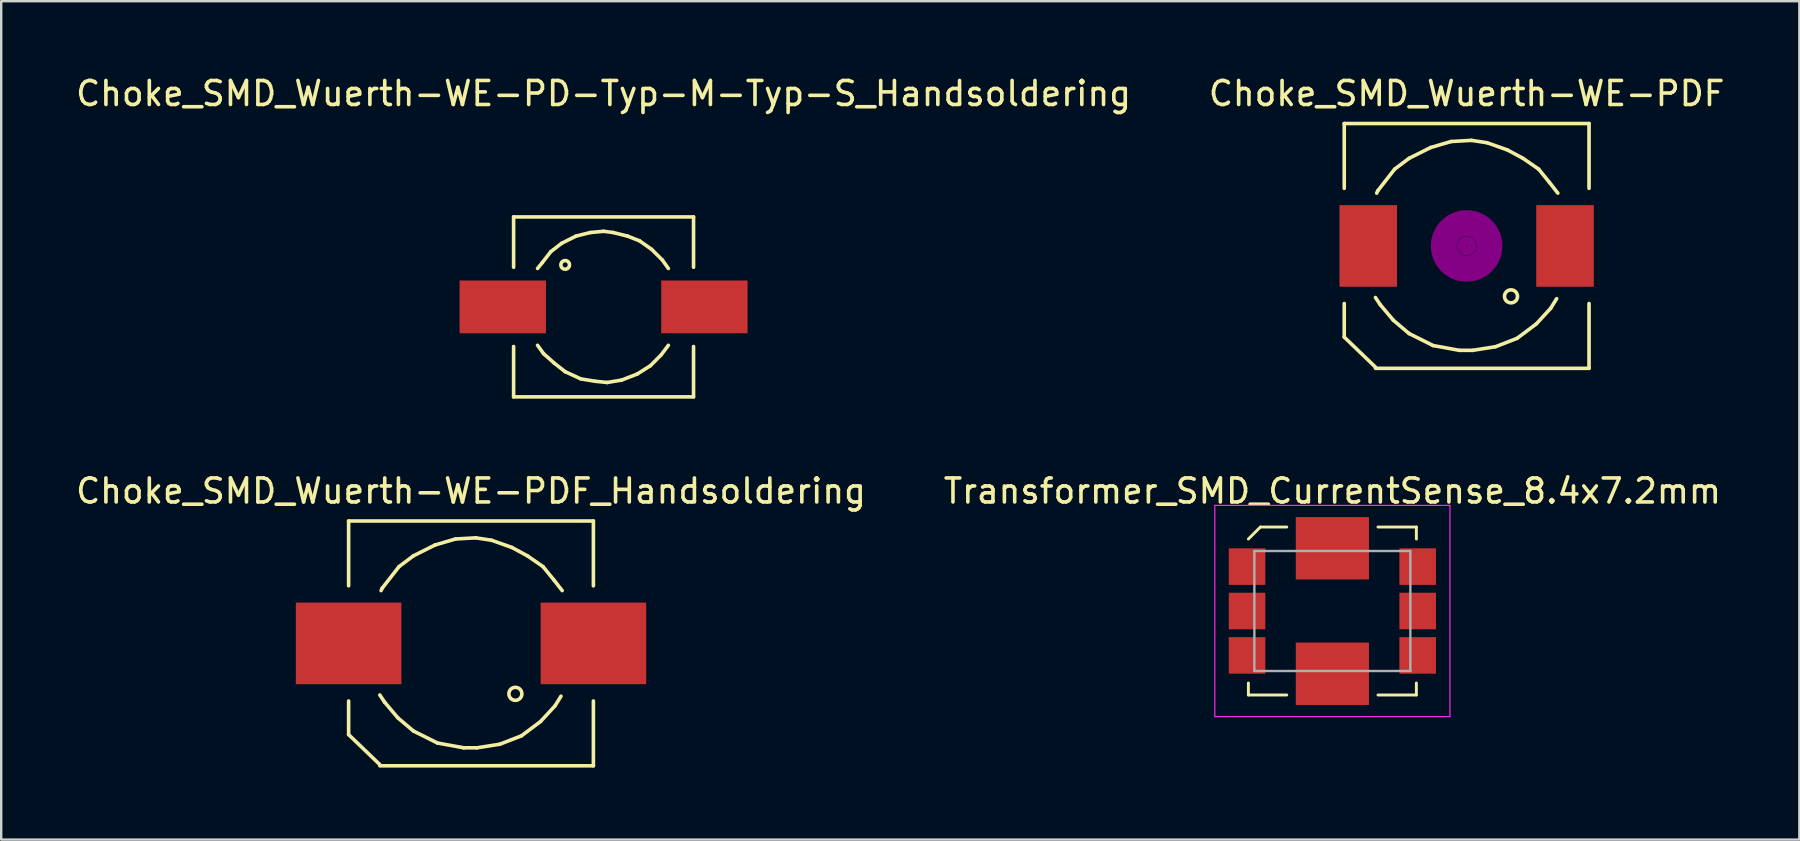
<source format=kicad_pcb>
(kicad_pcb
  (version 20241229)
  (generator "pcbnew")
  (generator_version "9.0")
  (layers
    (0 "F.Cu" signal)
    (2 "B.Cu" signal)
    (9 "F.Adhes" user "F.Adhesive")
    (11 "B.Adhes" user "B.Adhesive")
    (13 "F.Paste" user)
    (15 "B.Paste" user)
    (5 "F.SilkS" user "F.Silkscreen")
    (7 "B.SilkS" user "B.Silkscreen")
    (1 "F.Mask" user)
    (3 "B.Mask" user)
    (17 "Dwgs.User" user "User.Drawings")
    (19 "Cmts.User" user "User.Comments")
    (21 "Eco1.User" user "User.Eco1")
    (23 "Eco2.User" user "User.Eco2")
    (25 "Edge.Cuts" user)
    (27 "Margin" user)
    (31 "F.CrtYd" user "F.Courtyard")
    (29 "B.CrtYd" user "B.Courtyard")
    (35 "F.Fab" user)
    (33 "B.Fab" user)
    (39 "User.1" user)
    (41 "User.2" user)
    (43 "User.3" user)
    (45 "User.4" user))
  (footprint "Choke_SMD_Wuerth-WE-PD-Typ-M-Typ-S_Handsoldering"
    (layer "F.Cu")
    (at 22.101 9.738)
    (property "Reference" "Choke_SMD_Wuerth-WE-PD-Typ-M-Typ-S_Handsoldering" (at 0 -8.89 0) (layer "F.SilkS") (effects (font (size 1 1) (thickness 0.15))))
    (attr smd)
    (fp_line (start -3.749 -3.749) (end -3.749 -1.651) (stroke (width 0.15) (type solid)) (layer "F.SilkS"))
    (fp_line (start -3.749 1.651) (end -3.749 3.749) (stroke (width 0.15) (type solid)) (layer "F.SilkS"))
    (fp_line (start -3.749 3.749) (end 3.749 3.749) (stroke (width 0.15) (type solid)) (layer "F.SilkS"))
    (fp_line (start -2.751 1.6) (end -2.499 1.951) (stroke (width 0.15) (type solid)) (layer "F.SilkS"))
    (fp_line (start -2.55 -1.849) (end -2.751 -1.6) (stroke (width 0.15) (type solid)) (layer "F.SilkS"))
    (fp_line (start -2.499 1.951) (end -2.05 2.349) (stroke (width 0.15) (type solid)) (layer "F.SilkS"))
    (fp_line (start -2.2 -2.301) (end -2.55 -1.849) (stroke (width 0.15) (type solid)) (layer "F.SilkS"))
    (fp_line (start -2.05 2.349) (end -1.6 2.7) (stroke (width 0.15) (type solid)) (layer "F.SilkS"))
    (fp_line (start -1.75 -2.649) (end -2.2 -2.301) (stroke (width 0.15) (type solid)) (layer "F.SilkS"))
    (fp_line (start -1.6 2.7) (end -0.95 3) (stroke (width 0.15) (type solid)) (layer "F.SilkS"))
    (fp_line (start -1.151 -2.949) (end -1.75 -2.649) (stroke (width 0.15) (type solid)) (layer "F.SilkS"))
    (fp_line (start -0.95 3) (end -0.351 3.099) (stroke (width 0.15) (type solid)) (layer "F.SilkS"))
    (fp_line (start -0.551 -3.099) (end -1.151 -2.949) (stroke (width 0.15) (type solid)) (layer "F.SilkS"))
    (fp_line (start -0.351 3.099) (end 0.15 3.15) (stroke (width 0.15) (type solid)) (layer "F.SilkS"))
    (fp_line (start 0 -3.15) (end -0.551 -3.099) (stroke (width 0.15) (type solid)) (layer "F.SilkS"))
    (fp_line (start 0.15 3.15) (end 0.749 3.051) (stroke (width 0.15) (type solid)) (layer "F.SilkS"))
    (fp_line (start 0.399 -3.099) (end 0 -3.15) (stroke (width 0.15) (type solid)) (layer "F.SilkS"))
    (fp_line (start 0.749 3.051) (end 1.4 2.799) (stroke (width 0.15) (type solid)) (layer "F.SilkS"))
    (fp_line (start 1.001 -2.949) (end 0.399 -3.099) (stroke (width 0.15) (type solid)) (layer "F.SilkS"))
    (fp_line (start 1.4 2.799) (end 1.951 2.451) (stroke (width 0.15) (type solid)) (layer "F.SilkS"))
    (fp_line (start 1.501 -2.751) (end 1.001 -2.949) (stroke (width 0.15) (type solid)) (layer "F.SilkS"))
    (fp_line (start 1.951 2.451) (end 2.4 1.999) (stroke (width 0.15) (type solid)) (layer "F.SilkS"))
    (fp_line (start 1.999 -2.4) (end 1.501 -2.751) (stroke (width 0.15) (type solid)) (layer "F.SilkS"))
    (fp_line (start 2.4 1.999) (end 2.7 1.6) (stroke (width 0.15) (type solid)) (layer "F.SilkS"))
    (fp_line (start 2.451 -1.951) (end 1.999 -2.4) (stroke (width 0.15) (type solid)) (layer "F.SilkS"))
    (fp_line (start 2.7 -1.6) (end 2.451 -1.951) (stroke (width 0.15) (type solid)) (layer "F.SilkS"))
    (fp_line (start 3.749 -3.749) (end -3.749 -3.749) (stroke (width 0.15) (type solid)) (layer "F.SilkS"))
    (fp_line (start 3.749 -3.749) (end 3.749 -1.651) (stroke (width 0.15) (type solid)) (layer "F.SilkS"))
    (fp_line (start 3.749 3.749) (end 3.749 1.651) (stroke (width 0.15) (type solid)) (layer "F.SilkS"))
    (fp_circle (center -1.6 -1.75) (end -1.501 -1.6) (stroke (width 0.15) (type solid)) (fill no) (layer "F.SilkS"))
    (pad "1" smd rect (at -4.201 0) (size 3.599 2.2) (layers "F.Cu" "F.Mask" "F.Paste"))
    (pad "2" smd rect (at 4.201 0) (size 3.599 2.2) (layers "F.Cu" "F.Mask" "F.Paste")))
  (footprint "Choke_SMD_Wuerth-WE-PDF_Handsoldering"
    (layer "F.Cu")
    (at 16.577 23.761)
    (property "Reference" "Choke_SMD_Wuerth-WE-PDF_Handsoldering" (at 0 -6.35 0) (layer "F.SilkS") (effects (font (size 1 1) (thickness 0.15))))
    (attr smd)
    (fp_line (start -5.1 -5.1) (end -5.1 -2.4) (stroke (width 0.15) (type solid)) (layer "F.SilkS"))
    (fp_line (start -5.1 2.4) (end -5.1 3.8) (stroke (width 0.15) (type solid)) (layer "F.SilkS"))
    (fp_line (start -5.1 3.8) (end -3.8 5.05) (stroke (width 0.15) (type solid)) (layer "F.SilkS"))
    (fp_line (start -3.8 2.149) (end -3.599 2.451) (stroke (width 0.15) (type solid)) (layer "F.SilkS"))
    (fp_line (start -3.701 -2.301) (end -3.749 -2.2) (stroke (width 0.15) (type solid)) (layer "F.SilkS"))
    (fp_line (start -3.599 2.451) (end -3.051 3.099) (stroke (width 0.15) (type solid)) (layer "F.SilkS"))
    (fp_line (start -3.051 3.099) (end -2.4 3.65) (stroke (width 0.15) (type solid)) (layer "F.SilkS"))
    (fp_line (start -3 -3.2) (end -3.701 -2.301) (stroke (width 0.15) (type solid)) (layer "F.SilkS"))
    (fp_line (start -2.4 -3.65) (end -3 -3.2) (stroke (width 0.15) (type solid)) (layer "F.SilkS"))
    (fp_line (start -2.4 3.65) (end -1.4 4.15) (stroke (width 0.15) (type solid)) (layer "F.SilkS"))
    (fp_line (start -1.501 -4.1) (end -2.4 -3.65) (stroke (width 0.15) (type solid)) (layer "F.SilkS"))
    (fp_line (start -1.4 4.15) (end -0.3 4.351) (stroke (width 0.15) (type solid)) (layer "F.SilkS"))
    (fp_line (start -0.65 -4.351) (end -1.501 -4.1) (stroke (width 0.15) (type solid)) (layer "F.SilkS"))
    (fp_line (start -0.3 4.351) (end 0.249 4.351) (stroke (width 0.15) (type solid)) (layer "F.SilkS"))
    (fp_line (start 0.201 -4.399) (end -0.65 -4.351) (stroke (width 0.15) (type solid)) (layer "F.SilkS"))
    (fp_line (start 0.249 4.351) (end 1.199 4.201) (stroke (width 0.15) (type solid)) (layer "F.SilkS"))
    (fp_line (start 0.851 -4.3) (end 0.201 -4.399) (stroke (width 0.15) (type solid)) (layer "F.SilkS"))
    (fp_line (start 1.199 4.201) (end 2.101 3.851) (stroke (width 0.15) (type solid)) (layer "F.SilkS"))
    (fp_line (start 1.699 -4) (end 0.851 -4.3) (stroke (width 0.15) (type solid)) (layer "F.SilkS"))
    (fp_line (start 2.101 3.851) (end 2.901 3.251) (stroke (width 0.15) (type solid)) (layer "F.SilkS"))
    (fp_line (start 2.349 -3.65) (end 1.699 -4) (stroke (width 0.15) (type solid)) (layer "F.SilkS"))
    (fp_line (start 2.901 3.251) (end 3.5 2.601) (stroke (width 0.15) (type solid)) (layer "F.SilkS"))
    (fp_line (start 3 -3.2) (end 2.349 -3.65) (stroke (width 0.15) (type solid)) (layer "F.SilkS"))
    (fp_line (start 3.449 -2.649) (end 3 -3.2) (stroke (width 0.15) (type solid)) (layer "F.SilkS"))
    (fp_line (start 3.5 2.601) (end 3.749 2.2) (stroke (width 0.15) (type solid)) (layer "F.SilkS"))
    (fp_line (start 3.8 -2.2) (end 3.449 -2.649) (stroke (width 0.15) (type solid)) (layer "F.SilkS"))
    (fp_line (start 5.1 -5.1) (end -5.1 -5.1) (stroke (width 0.15) (type solid)) (layer "F.SilkS"))
    (fp_line (start 5.1 -5.1) (end 5.1 -2.4) (stroke (width 0.15) (type solid)) (layer "F.SilkS"))
    (fp_line (start 5.1 5.1) (end -3.8 5.1) (stroke (width 0.15) (type solid)) (layer "F.SilkS"))
    (fp_line (start 5.1 5.1) (end 5.1 2.4) (stroke (width 0.15) (type solid)) (layer "F.SilkS"))
    (fp_circle (center 1.849 2.101) (end 2.101 2.2) (stroke (width 0.15) (type solid)) (fill no) (layer "F.SilkS"))
    (pad "1" smd rect (at -5.1 0) (size 4.399 3.401) (layers "F.Cu" "F.Mask" "F.Paste"))
    (pad "2" smd rect (at 5.1 0) (size 4.399 3.401) (layers "F.Cu" "F.Mask" "F.Paste")))
  (footprint "Transformer_SMD_CurrentSense_8.4x7.2mm"
    (layer "F.Cu")
    (at 52.47 22.411)
    (property "Reference" "Transformer_SMD_CurrentSense_8.4x7.2mm" (at 0 -5 0) (layer "F.SilkS") (effects (font (size 1 1) (thickness 0.15))))
    (attr smd)
    (fp_line (start -3.5 -3) (end -3 -3.5) (stroke (width 0.12) (type solid)) (layer "F.SilkS"))
    (fp_line (start -3.5 3.5) (end -3.5 3) (stroke (width 0.12) (type solid)) (layer "F.SilkS"))
    (fp_line (start -3 -3.5) (end -1.9 -3.5) (stroke (width 0.12) (type solid)) (layer "F.SilkS"))
    (fp_line (start -1.9 3.5) (end -3.5 3.5) (stroke (width 0.12) (type solid)) (layer "F.SilkS"))
    (fp_line (start 1.9 -3.5) (end 3.5 -3.5) (stroke (width 0.12) (type solid)) (layer "F.SilkS"))
    (fp_line (start 1.9 3.5) (end 3.5 3.5) (stroke (width 0.12) (type solid)) (layer "F.SilkS"))
    (fp_line (start 3.5 -3.5) (end 3.5 -3) (stroke (width 0.12) (type solid)) (layer "F.SilkS"))
    (fp_line (start 3.5 3.5) (end 3.5 3) (stroke (width 0.12) (type solid)) (layer "F.SilkS"))
    (fp_line (start -4.9 -4.4) (end -4.9 4.4) (stroke (width 0.05) (type solid)) (layer "F.CrtYd"))
    (fp_line (start -4.9 4.4) (end 4.9 4.4) (stroke (width 0.05) (type solid)) (layer "F.CrtYd"))
    (fp_line (start 4.9 -4.4) (end -4.9 -4.4) (stroke (width 0.05) (type solid)) (layer "F.CrtYd"))
    (fp_line (start 4.9 4.4) (end 4.9 -4.4) (stroke (width 0.05) (type solid)) (layer "F.CrtYd"))
    (fp_line (start -3.25 -2.5) (end 3.25 -2.5) (stroke (width 0.1) (type solid)) (layer "F.Fab"))
    (fp_line (start -3.25 2.5) (end -3.25 -2.5) (stroke (width 0.1) (type solid)) (layer "F.Fab"))
    (fp_line (start 3.25 -2.5) (end 3.25 2.5) (stroke (width 0.1) (type solid)) (layer "F.Fab"))
    (fp_line (start 3.25 2.5) (end -3.25 2.5) (stroke (width 0.1) (type solid)) (layer "F.Fab"))
    (pad "1" smd rect (at -3.555 -1.85) (size 1.524 1.524) (layers "F.Cu" "F.Mask" "F.Paste"))
    (pad "2" smd rect (at -3.555 0) (size 1.524 1.524) (layers "F.Cu" "F.Mask" "F.Paste"))
    (pad "3" smd rect (at -3.555 1.85) (size 1.524 1.524) (layers "F.Cu" "F.Mask" "F.Paste"))
    (pad "4" smd rect (at 3.555 1.85) (size 1.524 1.524) (layers "F.Cu" "F.Mask" "F.Paste"))
    (pad "5" smd rect (at 3.555 0) (size 1.524 1.524) (layers "F.Cu" "F.Mask" "F.Paste"))
    (pad "6" smd rect (at 3.555 -1.85) (size 1.524 1.524) (layers "F.Cu" "F.Mask" "F.Paste"))
    (pad "7" smd rect (at 0 2.615) (size 3.05 2.6) (layers "F.Cu" "F.Mask" "F.Paste"))
    (pad "8" smd rect (at 0 -2.615) (size 3.05 2.6) (layers "F.Cu" "F.Mask" "F.Paste")))
  (footprint "Choke_SMD_Wuerth-WE-PDF"
    (layer "F.Cu")
    (at 58.065 7.198)
    (property "Reference" "Choke_SMD_Wuerth-WE-PDF" (at 0 -6.35 0) (layer "F.SilkS") (effects (font (size 1 1) (thickness 0.15))))
    (attr smd)
    (fp_line (start -5.1 -5.1) (end -5.1 -2.4) (stroke (width 0.15) (type solid)) (layer "F.SilkS"))
    (fp_line (start -5.1 2.4) (end -5.1 3.8) (stroke (width 0.15) (type solid)) (layer "F.SilkS"))
    (fp_line (start -5.1 3.8) (end -3.8 5.05) (stroke (width 0.15) (type solid)) (layer "F.SilkS"))
    (fp_line (start -3.8 2.149) (end -3.599 2.451) (stroke (width 0.15) (type solid)) (layer "F.SilkS"))
    (fp_line (start -3.701 -2.301) (end -3.749 -2.2) (stroke (width 0.15) (type solid)) (layer "F.SilkS"))
    (fp_line (start -3.599 2.451) (end -3.051 3.099) (stroke (width 0.15) (type solid)) (layer "F.SilkS"))
    (fp_line (start -3.051 3.099) (end -2.4 3.65) (stroke (width 0.15) (type solid)) (layer "F.SilkS"))
    (fp_line (start -3 -3.2) (end -3.701 -2.301) (stroke (width 0.15) (type solid)) (layer "F.SilkS"))
    (fp_line (start -2.4 -3.65) (end -3 -3.2) (stroke (width 0.15) (type solid)) (layer "F.SilkS"))
    (fp_line (start -2.4 3.65) (end -1.4 4.15) (stroke (width 0.15) (type solid)) (layer "F.SilkS"))
    (fp_line (start -1.501 -4.1) (end -2.4 -3.65) (stroke (width 0.15) (type solid)) (layer "F.SilkS"))
    (fp_line (start -1.4 4.15) (end -0.3 4.351) (stroke (width 0.15) (type solid)) (layer "F.SilkS"))
    (fp_line (start -0.65 -4.351) (end -1.501 -4.1) (stroke (width 0.15) (type solid)) (layer "F.SilkS"))
    (fp_line (start -0.3 4.351) (end 0.249 4.351) (stroke (width 0.15) (type solid)) (layer "F.SilkS"))
    (fp_line (start 0.201 -4.399) (end -0.65 -4.351) (stroke (width 0.15) (type solid)) (layer "F.SilkS"))
    (fp_line (start 0.249 4.351) (end 1.199 4.201) (stroke (width 0.15) (type solid)) (layer "F.SilkS"))
    (fp_line (start 0.851 -4.3) (end 0.201 -4.399) (stroke (width 0.15) (type solid)) (layer "F.SilkS"))
    (fp_line (start 1.199 4.201) (end 2.101 3.851) (stroke (width 0.15) (type solid)) (layer "F.SilkS"))
    (fp_line (start 1.699 -4) (end 0.851 -4.3) (stroke (width 0.15) (type solid)) (layer "F.SilkS"))
    (fp_line (start 2.101 3.851) (end 2.901 3.251) (stroke (width 0.15) (type solid)) (layer "F.SilkS"))
    (fp_line (start 2.349 -3.65) (end 1.699 -4) (stroke (width 0.15) (type solid)) (layer "F.SilkS"))
    (fp_line (start 2.901 3.251) (end 3.5 2.601) (stroke (width 0.15) (type solid)) (layer "F.SilkS"))
    (fp_line (start 3 -3.2) (end 2.349 -3.65) (stroke (width 0.15) (type solid)) (layer "F.SilkS"))
    (fp_line (start 3.449 -2.649) (end 3 -3.2) (stroke (width 0.15) (type solid)) (layer "F.SilkS"))
    (fp_line (start 3.5 2.601) (end 3.749 2.2) (stroke (width 0.15) (type solid)) (layer "F.SilkS"))
    (fp_line (start 3.8 -2.2) (end 3.449 -2.649) (stroke (width 0.15) (type solid)) (layer "F.SilkS"))
    (fp_line (start 5.1 -5.1) (end -5.1 -5.1) (stroke (width 0.15) (type solid)) (layer "F.SilkS"))
    (fp_line (start 5.1 -5.1) (end 5.1 -2.4) (stroke (width 0.15) (type solid)) (layer "F.SilkS"))
    (fp_line (start 5.1 5.1) (end -3.8 5.1) (stroke (width 0.15) (type solid)) (layer "F.SilkS"))
    (fp_line (start 5.1 5.1) (end 5.1 2.4) (stroke (width 0.15) (type solid)) (layer "F.SilkS"))
    (fp_circle (center 1.849 2.101) (end 2.101 2.2) (stroke (width 0.15) (type solid)) (fill no) (layer "F.SilkS"))
    (fp_circle (center 0 0) (end 0.15 0.15) (stroke (width 0.381) (type solid)) (fill no) (layer "F.Adhes"))
    (fp_circle (center 0 0) (end 0.599 0.051) (stroke (width 0.381) (type solid)) (fill no) (layer "F.Adhes"))
    (fp_circle (center 0 0) (end 0.95 0) (stroke (width 0.381) (type solid)) (fill no) (layer "F.Adhes"))
    (fp_circle (center 0 0) (end 1.3 0.051) (stroke (width 0.381) (type solid)) (fill no) (layer "F.Adhes"))
    (pad "1" smd rect (at -4.1 0) (size 2.4 3.401) (layers "F.Cu" "F.Mask" "F.Paste"))
    (pad "2" smd rect (at 4.1 0) (size 2.4 3.401) (layers "F.Cu" "F.Mask" "F.Paste")))
  (gr_rect
    (start -3 -3)
    (end 71.929 31.936)
    (stroke (width 0.1) (type default))
    (fill no)
    (layer "Edge.Cuts")))
</source>
